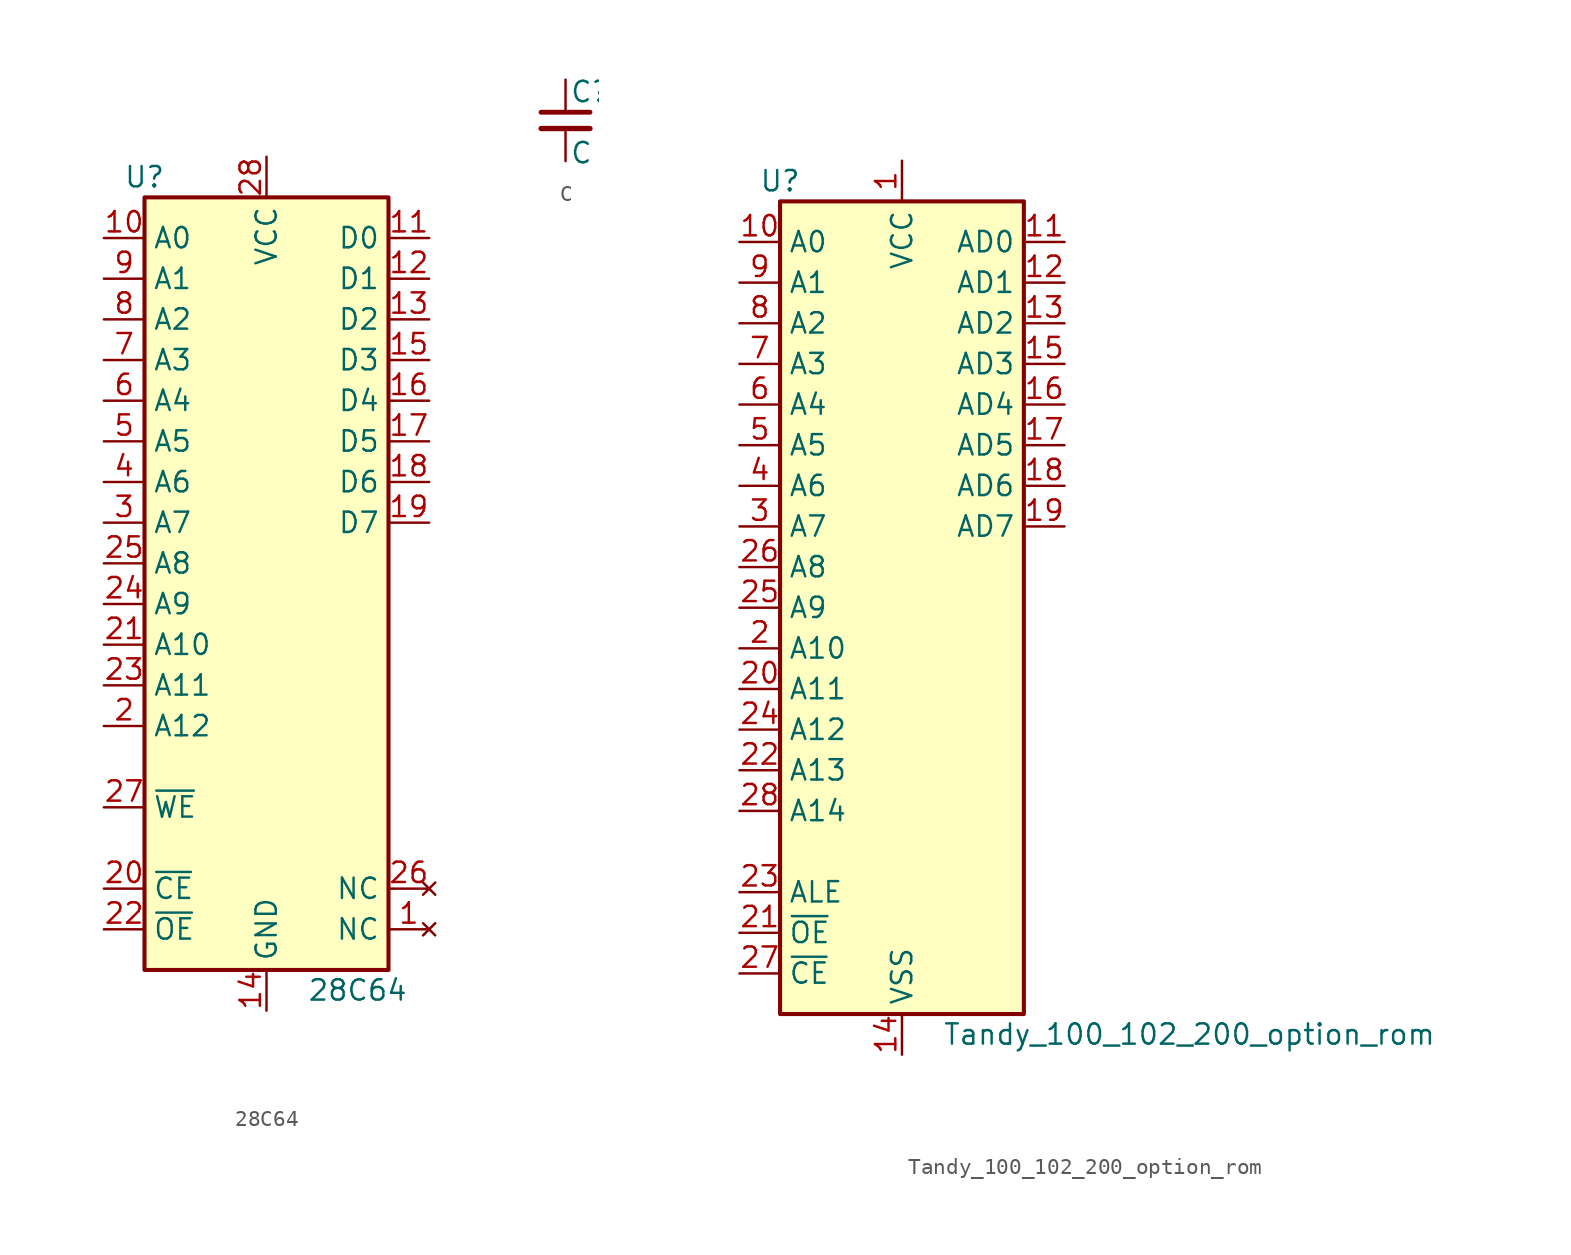
<source format=kicad_sym>
(kicad_symbol_lib
  (version 20211014)
  (generator kicad_symbol_editor)
  (symbol "28C64"
    (property "Reference" "U"
      (at -7.62 24.13 0)
      (effects (font (size 1.27 1.27))))
    (property "Value" "28C64"
      (at 2.54 -26.67 0)
      (effects (font (size 1.27 1.27)) (justify left)))
    (symbol "28C64_1_1"
      (rectangle (start -7.62 22.86) (end 7.62 -25.4) (stroke (width 0.254) (type default) (color 0 0 0 0)) (fill (type background)))
      (pin no_connect line (at 10.16 -22.86 180) (length 2.54) (name "NC" (effects (font (size 1.27 1.27)))) (number "1" (effects (font (size 1.27 1.27)))))
      (pin input line (at -10.16 20.32 0) (length 2.54) (name "A0" (effects (font (size 1.27 1.27)))) (number "10" (effects (font (size 1.27 1.27)))))
      (pin tri_state line (at 10.16 20.32 180) (length 2.54) (name "D0" (effects (font (size 1.27 1.27)))) (number "11" (effects (font (size 1.27 1.27)))))
      (pin tri_state line (at 10.16 17.78 180) (length 2.54) (name "D1" (effects (font (size 1.27 1.27)))) (number "12" (effects (font (size 1.27 1.27)))))
      (pin tri_state line (at 10.16 15.24 180) (length 2.54) (name "D2" (effects (font (size 1.27 1.27)))) (number "13" (effects (font (size 1.27 1.27)))))
      (pin power_in line (at 0 -27.94 90) (length 2.54) (name "GND" (effects (font (size 1.27 1.27)))) (number "14" (effects (font (size 1.27 1.27)))))
      (pin tri_state line (at 10.16 12.7 180) (length 2.54) (name "D3" (effects (font (size 1.27 1.27)))) (number "15" (effects (font (size 1.27 1.27)))))
      (pin tri_state line (at 10.16 10.16 180) (length 2.54) (name "D4" (effects (font (size 1.27 1.27)))) (number "16" (effects (font (size 1.27 1.27)))))
      (pin tri_state line (at 10.16 7.62 180) (length 2.54) (name "D5" (effects (font (size 1.27 1.27)))) (number "17" (effects (font (size 1.27 1.27)))))
      (pin tri_state line (at 10.16 5.08 180) (length 2.54) (name "D6" (effects (font (size 1.27 1.27)))) (number "18" (effects (font (size 1.27 1.27)))))
      (pin tri_state line (at 10.16 2.54 180) (length 2.54) (name "D7" (effects (font (size 1.27 1.27)))) (number "19" (effects (font (size 1.27 1.27)))))
      (pin input line (at -10.16 -10.16 0) (length 2.54) (name "A12" (effects (font (size 1.27 1.27)))) (number "2" (effects (font (size 1.27 1.27)))))
      (pin input line (at -10.16 -20.32 0) (length 2.54) (name "~{CE}" (effects (font (size 1.27 1.27)))) (number "20" (effects (font (size 1.27 1.27)))))
      (pin input line (at -10.16 -5.08 0) (length 2.54) (name "A10" (effects (font (size 1.27 1.27)))) (number "21" (effects (font (size 1.27 1.27)))))
      (pin input line (at -10.16 -22.86 0) (length 2.54) (name "~{OE}" (effects (font (size 1.27 1.27)))) (number "22" (effects (font (size 1.27 1.27)))))
      (pin input line (at -10.16 -7.62 0) (length 2.54) (name "A11" (effects (font (size 1.27 1.27)))) (number "23" (effects (font (size 1.27 1.27)))))
      (pin input line (at -10.16 -2.54 0) (length 2.54) (name "A9" (effects (font (size 1.27 1.27)))) (number "24" (effects (font (size 1.27 1.27)))))
      (pin input line (at -10.16 0 0) (length 2.54) (name "A8" (effects (font (size 1.27 1.27)))) (number "25" (effects (font (size 1.27 1.27)))))
      (pin no_connect line (at 7.62 0 180) (length 2.54) hide (name "NC" (effects (font (size 1.27 1.27)))) (number "26" (effects (font (size 1.27 1.27)))))
      (pin no_connect line (at 10.16 -20.32 180) (length 2.54) (name "NC" (effects (font (size 1.27 1.27)))) (number "26" (effects (font (size 1.27 1.27)))))
      (pin input line (at -10.16 -15.24 0) (length 2.54) (name "~{WE}" (effects (font (size 1.27 1.27)))) (number "27" (effects (font (size 1.27 1.27)))))
      (pin power_in line (at 0 25.4 270) (length 2.54) (name "VCC" (effects (font (size 1.27 1.27)))) (number "28" (effects (font (size 1.27 1.27)))))
      (pin input line (at -10.16 2.54 0) (length 2.54) (name "A7" (effects (font (size 1.27 1.27)))) (number "3" (effects (font (size 1.27 1.27)))))
      (pin input line (at -10.16 5.08 0) (length 2.54) (name "A6" (effects (font (size 1.27 1.27)))) (number "4" (effects (font (size 1.27 1.27)))))
      (pin input line (at -10.16 7.62 0) (length 2.54) (name "A5" (effects (font (size 1.27 1.27)))) (number "5" (effects (font (size 1.27 1.27)))))
      (pin input line (at -10.16 10.16 0) (length 2.54) (name "A4" (effects (font (size 1.27 1.27)))) (number "6" (effects (font (size 1.27 1.27)))))
      (pin input line (at -10.16 12.7 0) (length 2.54) (name "A3" (effects (font (size 1.27 1.27)))) (number "7" (effects (font (size 1.27 1.27)))))
      (pin input line (at -10.16 15.24 0) (length 2.54) (name "A2" (effects (font (size 1.27 1.27)))) (number "8" (effects (font (size 1.27 1.27)))))
      (pin input line (at -10.16 17.78 0) (length 2.54) (name "A1" (effects (font (size 1.27 1.27)))) (number "9" (effects (font (size 1.27 1.27)))))))
  (symbol "C"
    (pin_numbers hide)
    (pin_names
      (offset 0.254) hide)
    (property "Reference" "C"
      (at 0.254 1.778 0)
      (effects (font (size 1.27 1.27)) (justify left)))
    (property "Value" "C"
      (at 0.254 -2.032 0)
      (effects (font (size 1.27 1.27)) (justify left)))
    (symbol "C_0_1"
      (polyline (pts (xy -1.524 -0.508) (xy 1.524 -0.508)) (stroke (width 0.33) (type default) (color 0 0 0 0)) (fill (type none)))
      (polyline (pts (xy -1.524 0.508) (xy 1.524 0.508)) (stroke (width 0.305) (type default) (color 0 0 0 0)) (fill (type none))))
    (symbol "C_1_1"
      (pin passive line (at 0 2.54 270) (length 2.032) (name "~" (effects (font (size 1.27 1.27)))) (number "1" (effects (font (size 1.27 1.27)))))
      (pin passive line (at 0 -2.54 90) (length 2.032) (name "~" (effects (font (size 1.27 1.27)))) (number "2" (effects (font (size 1.27 1.27)))))))
  (symbol "Tandy_100_102_200_option_rom"
    (property "Reference" "U"
      (at -7.62 26.67 0)
      (effects (font (size 1.27 1.27))))
    (property "Value" "Tandy_100_102_200_option_rom"
      (at 2.54 -26.67 0)
      (effects (font (size 1.27 1.27)) (justify left)))
    (symbol "Tandy_100_102_200_option_rom_1_1"
      (rectangle (start -7.62 25.4) (end 7.62 -25.4) (stroke (width 0.254) (type default) (color 0 0 0 0)) (fill (type background)))
      (pin power_in line (at 0 27.94 270) (length 2.54) (name "VCC" (effects (font (size 1.27 1.27)))) (number "1" (effects (font (size 1.27 1.27)))))
      (pin input line (at -10.16 22.86 0) (length 2.54) (name "A0" (effects (font (size 1.27 1.27)))) (number "10" (effects (font (size 1.27 1.27)))))
      (pin tri_state line (at 10.16 22.86 180) (length 2.54) (name "AD0" (effects (font (size 1.27 1.27)))) (number "11" (effects (font (size 1.27 1.27)))))
      (pin tri_state line (at 10.16 20.32 180) (length 2.54) (name "AD1" (effects (font (size 1.27 1.27)))) (number "12" (effects (font (size 1.27 1.27)))))
      (pin tri_state line (at 10.16 17.78 180) (length 2.54) (name "AD2" (effects (font (size 1.27 1.27)))) (number "13" (effects (font (size 1.27 1.27)))))
      (pin power_in line (at 0 -27.94 90) (length 2.54) (name "VSS" (effects (font (size 1.27 1.27)))) (number "14" (effects (font (size 1.27 1.27)))))
      (pin tri_state line (at 10.16 15.24 180) (length 2.54) (name "AD3" (effects (font (size 1.27 1.27)))) (number "15" (effects (font (size 1.27 1.27)))))
      (pin tri_state line (at 10.16 12.7 180) (length 2.54) (name "AD4" (effects (font (size 1.27 1.27)))) (number "16" (effects (font (size 1.27 1.27)))))
      (pin tri_state line (at 10.16 10.16 180) (length 2.54) (name "AD5" (effects (font (size 1.27 1.27)))) (number "17" (effects (font (size 1.27 1.27)))))
      (pin tri_state line (at 10.16 7.62 180) (length 2.54) (name "AD6" (effects (font (size 1.27 1.27)))) (number "18" (effects (font (size 1.27 1.27)))))
      (pin tri_state line (at 10.16 5.08 180) (length 2.54) (name "AD7" (effects (font (size 1.27 1.27)))) (number "19" (effects (font (size 1.27 1.27)))))
      (pin input line (at -10.16 -2.54 0) (length 2.54) (name "A10" (effects (font (size 1.27 1.27)))) (number "2" (effects (font (size 1.27 1.27)))))
      (pin input line (at -10.16 -5.08 0) (length 2.54) (name "A11" (effects (font (size 1.27 1.27)))) (number "20" (effects (font (size 1.27 1.27)))))
      (pin input line (at -10.16 -20.32 0) (length 2.54) (name "~{OE}" (effects (font (size 1.27 1.27)))) (number "21" (effects (font (size 1.27 1.27)))))
      (pin input line (at -10.16 -10.16 0) (length 2.54) (name "A13" (effects (font (size 1.27 1.27)))) (number "22" (effects (font (size 1.27 1.27)))))
      (pin input line (at -10.16 -17.78 0) (length 2.54) (name "ALE" (effects (font (size 1.27 1.27)))) (number "23" (effects (font (size 1.27 1.27)))))
      (pin input line (at -10.16 -7.62 0) (length 2.54) (name "A12" (effects (font (size 1.27 1.27)))) (number "24" (effects (font (size 1.27 1.27)))))
      (pin input line (at -10.16 0 0) (length 2.54) (name "A9" (effects (font (size 1.27 1.27)))) (number "25" (effects (font (size 1.27 1.27)))))
      (pin input line (at -10.16 2.54 0) (length 2.54) (name "A8" (effects (font (size 1.27 1.27)))) (number "26" (effects (font (size 1.27 1.27)))))
      (pin input line (at -10.16 -22.86 0) (length 2.54) (name "~{CE}" (effects (font (size 1.27 1.27)))) (number "27" (effects (font (size 1.27 1.27)))))
      (pin input line (at -10.16 -12.7 0) (length 2.54) (name "A14" (effects (font (size 1.27 1.27)))) (number "28" (effects (font (size 1.27 1.27)))))
      (pin input line (at -10.16 5.08 0) (length 2.54) (name "A7" (effects (font (size 1.27 1.27)))) (number "3" (effects (font (size 1.27 1.27)))))
      (pin input line (at -10.16 7.62 0) (length 2.54) (name "A6" (effects (font (size 1.27 1.27)))) (number "4" (effects (font (size 1.27 1.27)))))
      (pin input line (at -10.16 10.16 0) (length 2.54) (name "A5" (effects (font (size 1.27 1.27)))) (number "5" (effects (font (size 1.27 1.27)))))
      (pin input line (at -10.16 12.7 0) (length 2.54) (name "A4" (effects (font (size 1.27 1.27)))) (number "6" (effects (font (size 1.27 1.27)))))
      (pin input line (at -10.16 15.24 0) (length 2.54) (name "A3" (effects (font (size 1.27 1.27)))) (number "7" (effects (font (size 1.27 1.27)))))
      (pin input line (at -10.16 17.78 0) (length 2.54) (name "A2" (effects (font (size 1.27 1.27)))) (number "8" (effects (font (size 1.27 1.27)))))
      (pin input line (at -10.16 20.32 0) (length 2.54) (name "A1" (effects (font (size 1.27 1.27)))) (number "9" (effects (font (size 1.27 1.27))))))))
</source>
